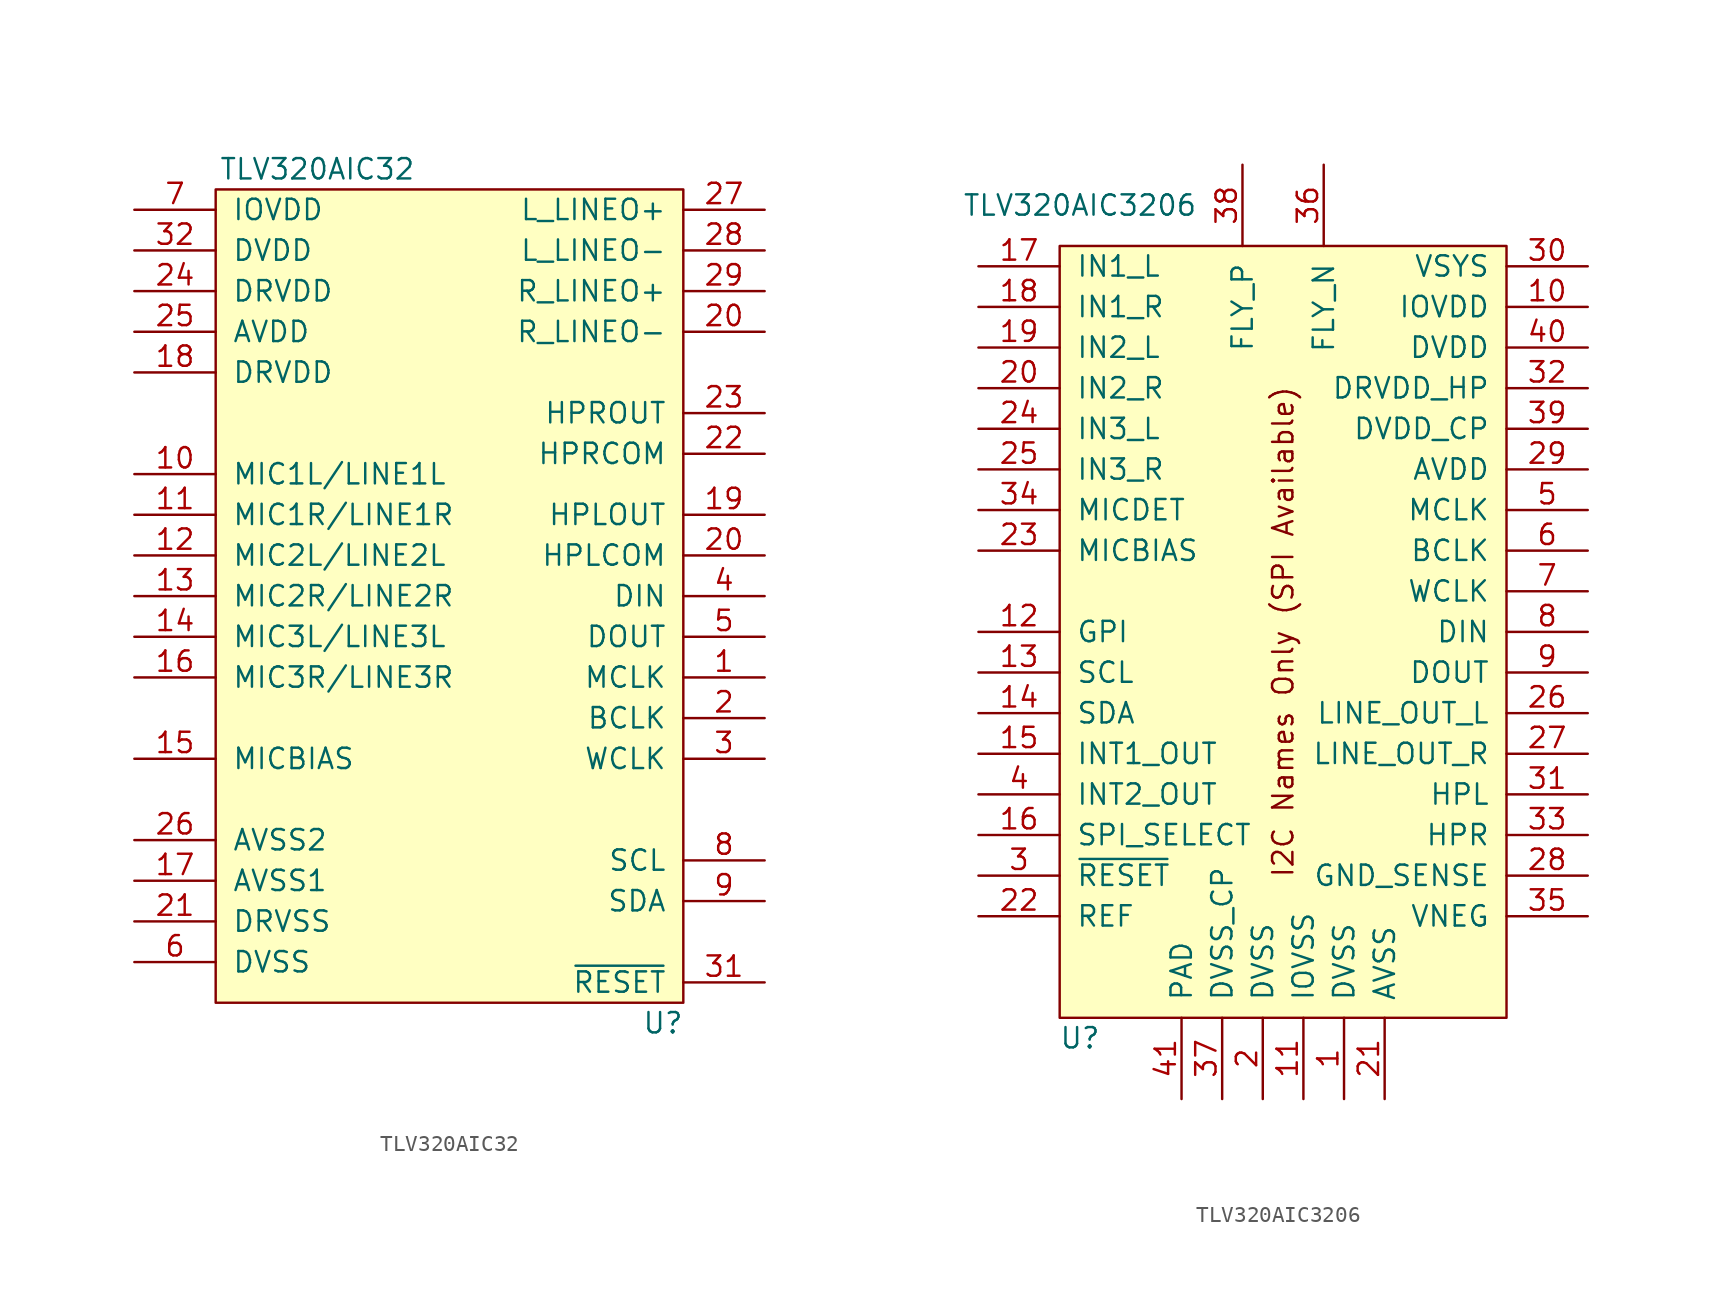
<source format=kicad_sym>
(kicad_symbol_lib
  (version 20241209)
  (generator "kicad_symbol_editor")
  (generator_version "9.0")
  (symbol "TLV320AIC32"
    (pin_names
      (offset 1.016))
    (property "Reference" "U"
      (at 12.7 -26.67 0)
      (effects (font (size 1.27 1.27))))
    (property "Value" "TLV320AIC32"
      (at -8.89 26.67 0)
      (effects (font (size 1.27 1.27))))
    (symbol "TLV320AIC32_0_1"
      (rectangle (start -15.24 25.4) (end 13.97 -25.4) (stroke (width 0) (type solid)) (fill (type background))))
    (symbol "TLV320AIC32_1_0"
      (pin power_in line (at -20.32 24.13 0) (length 5.08) (name "IOVDD" (effects (font (size 1.27 1.27)))) (number "7" (effects (font (size 1.27 1.27)))))
      (pin power_in line (at -20.32 21.59 0) (length 5.08) (name "DVDD" (effects (font (size 1.27 1.27)))) (number "32" (effects (font (size 1.27 1.27)))))
      (pin power_in line (at -20.32 19.05 0) (length 5.08) (name "DRVDD" (effects (font (size 1.27 1.27)))) (number "24" (effects (font (size 1.27 1.27)))))
      (pin power_in line (at -20.32 16.51 0) (length 5.08) (name "AVDD" (effects (font (size 1.27 1.27)))) (number "25" (effects (font (size 1.27 1.27)))))
      (pin power_in line (at -20.32 13.97 0) (length 5.08) (name "DRVDD" (effects (font (size 1.27 1.27)))) (number "18" (effects (font (size 1.27 1.27)))))
      (pin input line (at -20.32 7.62 0) (length 5.08) (name "MIC1L/LINE1L" (effects (font (size 1.27 1.27)))) (number "10" (effects (font (size 1.27 1.27)))))
      (pin input line (at -20.32 5.08 0) (length 5.08) (name "MIC1R/LINE1R" (effects (font (size 1.27 1.27)))) (number "11" (effects (font (size 1.27 1.27)))))
      (pin input line (at -20.32 2.54 0) (length 5.08) (name "MIC2L/LINE2L" (effects (font (size 1.27 1.27)))) (number "12" (effects (font (size 1.27 1.27)))))
      (pin input line (at -20.32 0 0) (length 5.08) (name "MIC2R/LINE2R" (effects (font (size 1.27 1.27)))) (number "13" (effects (font (size 1.27 1.27)))))
      (pin input line (at -20.32 -2.54 0) (length 5.08) (name "MIC3L/LINE3L" (effects (font (size 1.27 1.27)))) (number "14" (effects (font (size 1.27 1.27)))))
      (pin input line (at -20.32 -5.08 0) (length 5.08) (name "MIC3R/LINE3R" (effects (font (size 1.27 1.27)))) (number "16" (effects (font (size 1.27 1.27)))))
      (pin input line (at -20.32 -10.16 0) (length 5.08) (name "MICBIAS" (effects (font (size 1.27 1.27)))) (number "15" (effects (font (size 1.27 1.27)))))
      (pin power_in line (at -20.32 -15.24 0) (length 5.08) (name "AVSS2" (effects (font (size 1.27 1.27)))) (number "26" (effects (font (size 1.27 1.27)))))
      (pin power_in line (at -20.32 -17.78 0) (length 5.08) (name "AVSS1" (effects (font (size 1.27 1.27)))) (number "17" (effects (font (size 1.27 1.27)))))
      (pin power_in line (at -20.32 -20.32 0) (length 5.08) (name "DRVSS" (effects (font (size 1.27 1.27)))) (number "21" (effects (font (size 1.27 1.27)))))
      (pin power_in line (at -20.32 -22.86 0) (length 5.08) (name "DVSS" (effects (font (size 1.27 1.27)))) (number "6" (effects (font (size 1.27 1.27)))))
      (pin output line (at 19.05 24.13 180) (length 5.08) (name "L_LINEO+" (effects (font (size 1.27 1.27)))) (number "27" (effects (font (size 1.27 1.27)))))
      (pin output line (at 19.05 21.59 180) (length 5.08) (name "L_LINEO-" (effects (font (size 1.27 1.27)))) (number "28" (effects (font (size 1.27 1.27)))))
      (pin output line (at 19.05 19.05 180) (length 5.08) (name "R_LINEO+" (effects (font (size 1.27 1.27)))) (number "29" (effects (font (size 1.27 1.27)))))
      (pin output line (at 19.05 16.51 180) (length 5.08) (name "R_LINEO-" (effects (font (size 1.27 1.27)))) (number "20" (effects (font (size 1.27 1.27)))))
      (pin output line (at 19.05 11.43 180) (length 5.08) (name "HPROUT" (effects (font (size 1.27 1.27)))) (number "23" (effects (font (size 1.27 1.27)))))
      (pin input line (at 19.05 8.89 180) (length 5.08) (name "HPRCOM" (effects (font (size 1.27 1.27)))) (number "22" (effects (font (size 1.27 1.27)))))
      (pin output line (at 19.05 5.08 180) (length 5.08) (name "HPLOUT" (effects (font (size 1.27 1.27)))) (number "19" (effects (font (size 1.27 1.27)))))
      (pin input line (at 19.05 2.54 180) (length 5.08) (name "HPLCOM" (effects (font (size 1.27 1.27)))) (number "20" (effects (font (size 1.27 1.27)))))
      (pin input line (at 19.05 0 180) (length 5.08) (name "DIN" (effects (font (size 1.27 1.27)))) (number "4" (effects (font (size 1.27 1.27)))))
      (pin output line (at 19.05 -2.54 180) (length 5.08) (name "DOUT" (effects (font (size 1.27 1.27)))) (number "5" (effects (font (size 1.27 1.27)))))
      (pin input line (at 19.05 -5.08 180) (length 5.08) (name "MCLK" (effects (font (size 1.27 1.27)))) (number "1" (effects (font (size 1.27 1.27)))))
      (pin bidirectional line (at 19.05 -7.62 180) (length 5.08) (name "BCLK" (effects (font (size 1.27 1.27)))) (number "2" (effects (font (size 1.27 1.27)))))
      (pin bidirectional line (at 19.05 -10.16 180) (length 5.08) (name "WCLK" (effects (font (size 1.27 1.27)))) (number "3" (effects (font (size 1.27 1.27)))))
      (pin bidirectional line (at 19.05 -16.51 180) (length 5.08) (name "SCL" (effects (font (size 1.27 1.27)))) (number "8" (effects (font (size 1.27 1.27)))))
      (pin bidirectional line (at 19.05 -19.05 180) (length 5.08) (name "SDA" (effects (font (size 1.27 1.27)))) (number "9" (effects (font (size 1.27 1.27)))))
      (pin input line (at 19.05 -24.13 180) (length 5.08) (name "~{RESET}" (effects (font (size 1.27 1.27)))) (number "31" (effects (font (size 1.27 1.27)))))))
  (symbol "TLV320AIC3206"
    (pin_names
      (offset 1.016))
    (property "Reference" "U"
      (at -12.7 -25.4 0)
      (effects (font (size 1.27 1.27))))
    (property "Value" "TLV320AIC3206"
      (at -12.7 26.67 0)
      (effects (font (size 1.27 1.27))))
    (symbol "TLV320AIC3206_0_0"
      (text "I2C Names Only (SPI Available)" (at 0 0 900) (effects (font (size 1.27 1.27)))))
    (symbol "TLV320AIC3206_0_1"
      (rectangle (start -13.97 24.13) (end 13.97 -24.13) (stroke (width 0) (type solid)) (fill (type background))))
    (symbol "TLV320AIC3206_1_0"
      (pin input line (at -19.05 22.86 0) (length 5.08) (name "IN1_L" (effects (font (size 1.27 1.27)))) (number "17" (effects (font (size 1.27 1.27)))))
      (pin input line (at -19.05 20.32 0) (length 5.08) (name "IN1_R" (effects (font (size 1.27 1.27)))) (number "18" (effects (font (size 1.27 1.27)))))
      (pin input line (at -19.05 17.78 0) (length 5.08) (name "IN2_L" (effects (font (size 1.27 1.27)))) (number "19" (effects (font (size 1.27 1.27)))))
      (pin input line (at -19.05 15.24 0) (length 5.08) (name "IN2_R" (effects (font (size 1.27 1.27)))) (number "20" (effects (font (size 1.27 1.27)))))
      (pin input line (at -19.05 12.7 0) (length 5.08) (name "IN3_L" (effects (font (size 1.27 1.27)))) (number "24" (effects (font (size 1.27 1.27)))))
      (pin input line (at -19.05 10.16 0) (length 5.08) (name "IN3_R" (effects (font (size 1.27 1.27)))) (number "25" (effects (font (size 1.27 1.27)))))
      (pin input line (at -19.05 7.62 0) (length 5.08) (name "MICDET" (effects (font (size 1.27 1.27)))) (number "34" (effects (font (size 1.27 1.27)))))
      (pin output line (at -19.05 5.08 0) (length 5.08) (name "MICBIAS" (effects (font (size 1.27 1.27)))) (number "23" (effects (font (size 1.27 1.27)))))
      (pin input line (at -19.05 0 0) (length 5.08) (name "GPI" (effects (font (size 1.27 1.27)))) (number "12" (effects (font (size 1.27 1.27)))))
      (pin input line (at -19.05 -2.54 0) (length 5.08) (name "SCL" (effects (font (size 1.27 1.27)))) (number "13" (effects (font (size 1.27 1.27)))))
      (pin bidirectional line (at -19.05 -5.08 0) (length 5.08) (name "SDA" (effects (font (size 1.27 1.27)))) (number "14" (effects (font (size 1.27 1.27)))))
      (pin output line (at -19.05 -7.62 0) (length 5.08) (name "INT1_OUT" (effects (font (size 1.27 1.27)))) (number "15" (effects (font (size 1.27 1.27)))))
      (pin bidirectional line (at -19.05 -10.16 0) (length 5.08) (name "INT2_OUT" (effects (font (size 1.27 1.27)))) (number "4" (effects (font (size 1.27 1.27)))))
      (pin input line (at -19.05 -12.7 0) (length 5.08) (name "SPI_SELECT" (effects (font (size 1.27 1.27)))) (number "16" (effects (font (size 1.27 1.27)))))
      (pin input line (at -19.05 -15.24 0) (length 5.08) (name "~{RESET}" (effects (font (size 1.27 1.27)))) (number "3" (effects (font (size 1.27 1.27)))))
      (pin output line (at -19.05 -17.78 0) (length 5.08) (name "REF" (effects (font (size 1.27 1.27)))) (number "22" (effects (font (size 1.27 1.27)))))
      (pin power_in line (at -6.35 -29.21 90) (length 5.08) (name "PAD" (effects (font (size 1.27 1.27)))) (number "41" (effects (font (size 1.27 1.27)))))
      (pin power_in line (at -3.81 -29.21 90) (length 5.08) (name "DVSS_CP" (effects (font (size 1.27 1.27)))) (number "37" (effects (font (size 1.27 1.27)))))
      (pin input line (at -2.54 29.21 270) (length 5.08) (name "FLY_P" (effects (font (size 1.27 1.27)))) (number "38" (effects (font (size 1.27 1.27)))))
      (pin power_in line (at -1.27 -29.21 90) (length 5.08) (name "DVSS" (effects (font (size 1.27 1.27)))) (number "2" (effects (font (size 1.27 1.27)))))
      (pin power_in line (at 1.27 -29.21 90) (length 5.08) (name "IOVSS" (effects (font (size 1.27 1.27)))) (number "11" (effects (font (size 1.27 1.27)))))
      (pin input line (at 2.54 29.21 270) (length 5.08) (name "FLY_N" (effects (font (size 1.27 1.27)))) (number "36" (effects (font (size 1.27 1.27)))))
      (pin power_in line (at 3.81 -29.21 90) (length 5.08) (name "DVSS" (effects (font (size 1.27 1.27)))) (number "1" (effects (font (size 1.27 1.27)))))
      (pin power_in line (at 6.35 -29.21 90) (length 5.08) (name "AVSS" (effects (font (size 1.27 1.27)))) (number "21" (effects (font (size 1.27 1.27)))))
      (pin power_in line (at 19.05 22.86 180) (length 5.08) (name "VSYS" (effects (font (size 1.27 1.27)))) (number "30" (effects (font (size 1.27 1.27)))))
      (pin power_in line (at 19.05 20.32 180) (length 5.08) (name "IOVDD" (effects (font (size 1.27 1.27)))) (number "10" (effects (font (size 1.27 1.27)))))
      (pin power_in line (at 19.05 17.78 180) (length 5.08) (name "DVDD" (effects (font (size 1.27 1.27)))) (number "40" (effects (font (size 1.27 1.27)))))
      (pin power_in line (at 19.05 15.24 180) (length 5.08) (name "DRVDD_HP" (effects (font (size 1.27 1.27)))) (number "32" (effects (font (size 1.27 1.27)))))
      (pin power_in line (at 19.05 12.7 180) (length 5.08) (name "DVDD_CP" (effects (font (size 1.27 1.27)))) (number "39" (effects (font (size 1.27 1.27)))))
      (pin power_in line (at 19.05 10.16 180) (length 5.08) (name "AVDD" (effects (font (size 1.27 1.27)))) (number "29" (effects (font (size 1.27 1.27)))))
      (pin input line (at 19.05 7.62 180) (length 5.08) (name "MCLK" (effects (font (size 1.27 1.27)))) (number "5" (effects (font (size 1.27 1.27)))))
      (pin bidirectional line (at 19.05 5.08 180) (length 5.08) (name "BCLK" (effects (font (size 1.27 1.27)))) (number "6" (effects (font (size 1.27 1.27)))))
      (pin bidirectional line (at 19.05 2.54 180) (length 5.08) (name "WCLK" (effects (font (size 1.27 1.27)))) (number "7" (effects (font (size 1.27 1.27)))))
      (pin input line (at 19.05 0 180) (length 5.08) (name "DIN" (effects (font (size 1.27 1.27)))) (number "8" (effects (font (size 1.27 1.27)))))
      (pin output line (at 19.05 -2.54 180) (length 5.08) (name "DOUT" (effects (font (size 1.27 1.27)))) (number "9" (effects (font (size 1.27 1.27)))))
      (pin output line (at 19.05 -5.08 180) (length 5.08) (name "LINE_OUT_L" (effects (font (size 1.27 1.27)))) (number "26" (effects (font (size 1.27 1.27)))))
      (pin output line (at 19.05 -7.62 180) (length 5.08) (name "LINE_OUT_R" (effects (font (size 1.27 1.27)))) (number "27" (effects (font (size 1.27 1.27)))))
      (pin output line (at 19.05 -10.16 180) (length 5.08) (name "HPL" (effects (font (size 1.27 1.27)))) (number "31" (effects (font (size 1.27 1.27)))))
      (pin output line (at 19.05 -12.7 180) (length 5.08) (name "HPR" (effects (font (size 1.27 1.27)))) (number "33" (effects (font (size 1.27 1.27)))))
      (pin input line (at 19.05 -15.24 180) (length 5.08) (name "GND_SENSE" (effects (font (size 1.27 1.27)))) (number "28" (effects (font (size 1.27 1.27)))))
      (pin passive line (at 19.05 -17.78 180) (length 5.08) (name "VNEG" (effects (font (size 1.27 1.27)))) (number "35" (effects (font (size 1.27 1.27))))))))
</source>
